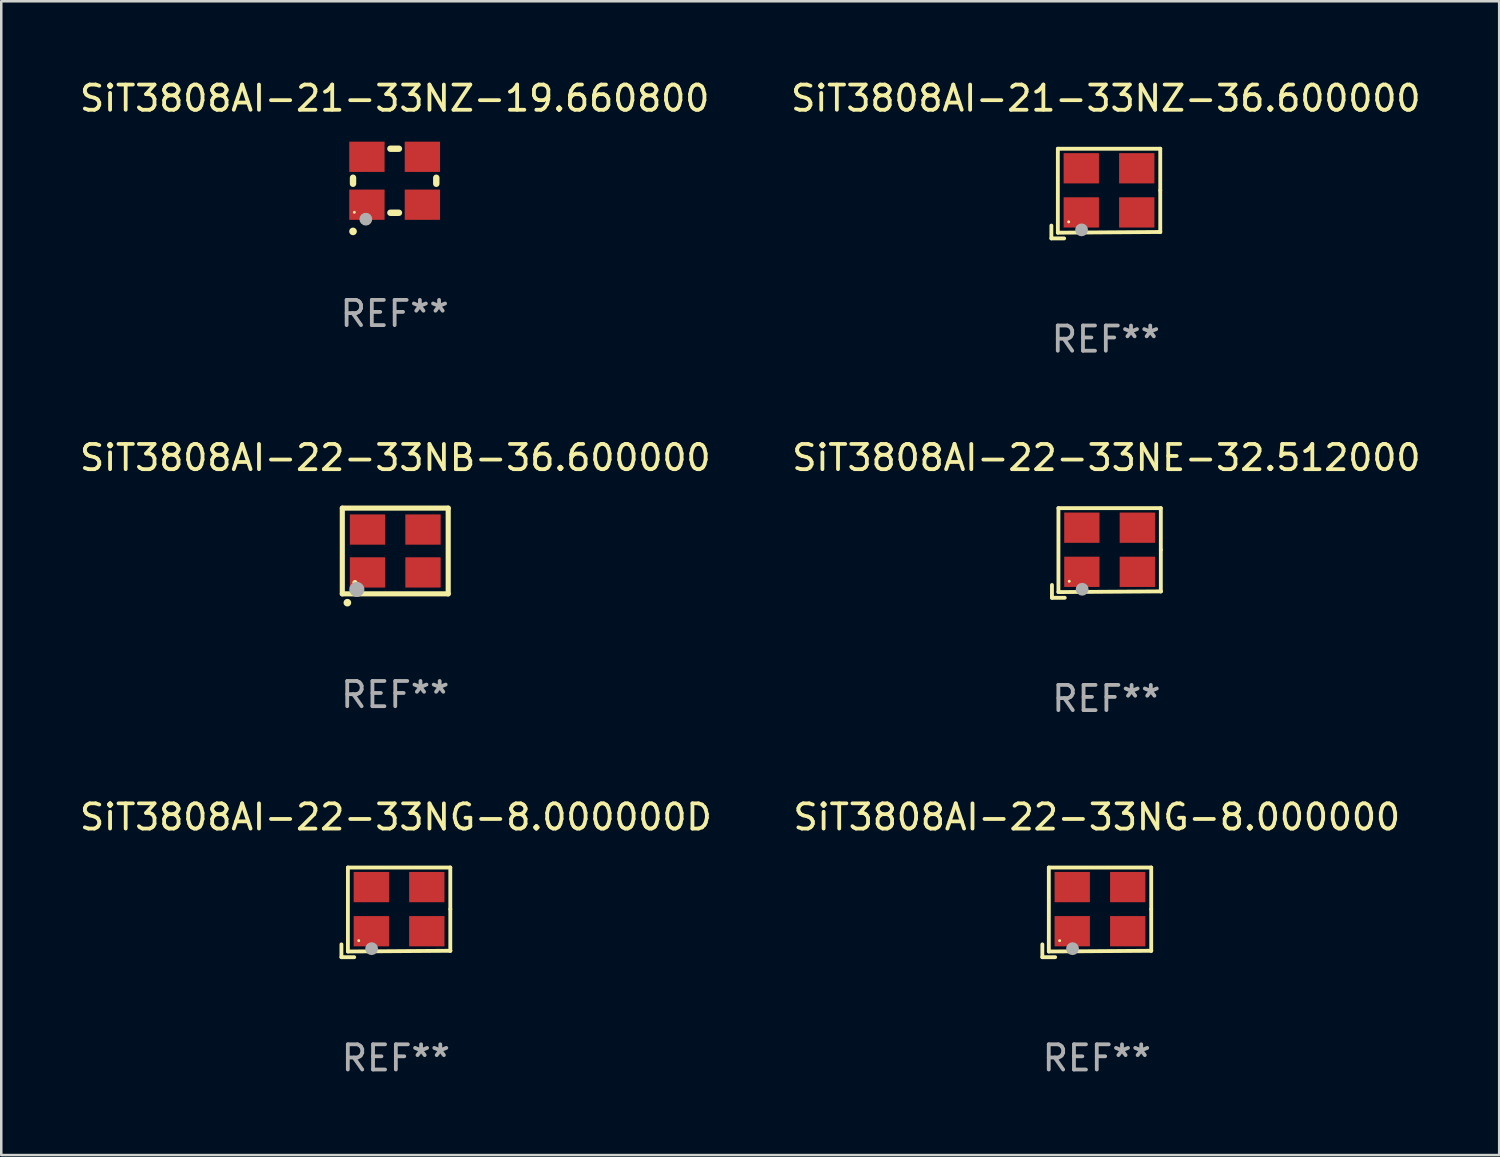
<source format=kicad_pcb>
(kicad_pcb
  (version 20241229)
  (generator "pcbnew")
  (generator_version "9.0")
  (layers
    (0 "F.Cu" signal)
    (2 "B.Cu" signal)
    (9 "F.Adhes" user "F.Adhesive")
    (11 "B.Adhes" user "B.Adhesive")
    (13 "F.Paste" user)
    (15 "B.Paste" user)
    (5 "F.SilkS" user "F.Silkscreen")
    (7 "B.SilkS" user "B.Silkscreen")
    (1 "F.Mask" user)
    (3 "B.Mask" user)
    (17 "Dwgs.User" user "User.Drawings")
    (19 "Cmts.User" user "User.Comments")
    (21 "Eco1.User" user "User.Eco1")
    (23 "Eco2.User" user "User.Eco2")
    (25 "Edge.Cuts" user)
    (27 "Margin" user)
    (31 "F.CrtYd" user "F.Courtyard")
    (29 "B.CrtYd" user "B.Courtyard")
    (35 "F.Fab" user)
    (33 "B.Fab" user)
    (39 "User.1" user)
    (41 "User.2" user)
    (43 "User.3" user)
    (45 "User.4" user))
  (footprint "SiT3808AI-22-33NG-8.000000D"
    (layer "F.Cu")
    (at 12.649 33.132)
    (property "Reference" "SiT3808AI-22-33NG-8.000000D" (at 0 -3.778 0) (layer "F.SilkS") (effects (font (size 1 1) (thickness 0.15))))
    (attr through_hole)
    (fp_line (start -2.159 1.27) (end -2.159 1.778) (stroke (width 0.152) (type solid)) (layer "F.SilkS"))
    (fp_line (start -2.159 1.778) (end -1.651 1.778) (stroke (width 0.152) (type solid)) (layer "F.SilkS"))
    (fp_line (start -1.902 -1.778) (end 2.159 -1.778) (stroke (width 0.152) (type solid)) (layer "F.SilkS"))
    (fp_line (start -1.902 1.552) (end -1.902 -1.778) (stroke (width 0.152) (type solid)) (layer "F.SilkS"))
    (fp_line (start 2.159 -1.778) (end 2.159 -0.127) (stroke (width 0.152) (type solid)) (layer "F.SilkS"))
    (fp_line (start 2.159 -0.127) (end 2.159 1.524) (stroke (width 0.152) (type solid)) (layer "F.SilkS"))
    (fp_line (start 2.159 1.524) (end -1.902 1.552) (stroke (width 0.152) (type solid)) (layer "F.SilkS"))
    (fp_line (start 2.159 1.524) (end 2.159 1.524) (stroke (width 0.152) (type solid)) (layer "F.SilkS"))
    (fp_circle (center -1.473 1.123) (end -1.443 1.123) (stroke (width 0.06) (type solid)) (fill no) (layer "F.SilkS"))
    (fp_circle (center -0.961 1.44) (end -0.834 1.44) (stroke (width 0.254) (type solid)) (fill no) (layer "F.Fab"))
    (fp_text user "REF**" (at 0 5.778 0) (layer "F.Fab") (effects (font (size 1 1) (thickness 0.15))))
    (pad "1" smd rect (at -0.973 0.748) (size 1.4 1.2) (layers "F.Cu" "F.Mask" "F.Paste"))
    (pad "2" smd rect (at 1.227 0.748) (size 1.4 1.2) (layers "F.Cu" "F.Mask" "F.Paste"))
    (pad "3" smd rect (at 1.227 -1.002) (size 1.4 1.2) (layers "F.Cu" "F.Mask" "F.Paste"))
    (pad "4" smd rect (at -0.973 -1.002) (size 1.4 1.2) (layers "F.Cu" "F.Mask" "F.Paste")))
  (footprint "SiT3808AI-21-33NZ-36.600000"
    (layer "F.Cu")
    (at 40.804 4.626)
    (property "Reference" "SiT3808AI-21-33NZ-36.600000" (at 0 -3.778 0) (layer "F.SilkS") (effects (font (size 1 1) (thickness 0.15))))
    (attr through_hole)
    (fp_line (start -2.159 1.27) (end -2.159 1.778) (stroke (width 0.152) (type solid)) (layer "F.SilkS"))
    (fp_line (start -2.159 1.778) (end -1.651 1.778) (stroke (width 0.152) (type solid)) (layer "F.SilkS"))
    (fp_line (start -1.902 -1.778) (end 2.159 -1.778) (stroke (width 0.152) (type solid)) (layer "F.SilkS"))
    (fp_line (start -1.902 1.552) (end -1.902 -1.778) (stroke (width 0.152) (type solid)) (layer "F.SilkS"))
    (fp_line (start 2.159 -1.778) (end 2.159 -0.127) (stroke (width 0.152) (type solid)) (layer "F.SilkS"))
    (fp_line (start 2.159 -0.127) (end 2.159 1.524) (stroke (width 0.152) (type solid)) (layer "F.SilkS"))
    (fp_line (start 2.159 1.524) (end -1.902 1.552) (stroke (width 0.152) (type solid)) (layer "F.SilkS"))
    (fp_line (start 2.159 1.524) (end 2.159 1.524) (stroke (width 0.152) (type solid)) (layer "F.SilkS"))
    (fp_circle (center -1.473 1.123) (end -1.443 1.123) (stroke (width 0.06) (type solid)) (fill no) (layer "F.SilkS"))
    (fp_circle (center -0.961 1.44) (end -0.834 1.44) (stroke (width 0.254) (type solid)) (fill no) (layer "F.Fab"))
    (fp_text user "REF**" (at 0 5.778 0) (layer "F.Fab") (effects (font (size 1 1) (thickness 0.15))))
    (pad "1" smd rect (at -0.973 0.748) (size 1.4 1.2) (layers "F.Cu" "F.Mask" "F.Paste"))
    (pad "2" smd rect (at 1.227 0.748) (size 1.4 1.2) (layers "F.Cu" "F.Mask" "F.Paste"))
    (pad "3" smd rect (at 1.227 -1.002) (size 1.4 1.2) (layers "F.Cu" "F.Mask" "F.Paste"))
    (pad "4" smd rect (at -0.973 -1.002) (size 1.4 1.2) (layers "F.Cu" "F.Mask" "F.Paste")))
  (footprint "SiT3808AI-22-33NE-32.512000"
    (layer "F.Cu")
    (at 40.827 18.879)
    (property "Reference" "SiT3808AI-22-33NE-32.512000" (at 0 -3.778 0) (layer "F.SilkS") (effects (font (size 1 1) (thickness 0.15))))
    (attr through_hole)
    (fp_line (start -2.159 1.27) (end -2.159 1.778) (stroke (width 0.152) (type solid)) (layer "F.SilkS"))
    (fp_line (start -2.159 1.778) (end -1.651 1.778) (stroke (width 0.152) (type solid)) (layer "F.SilkS"))
    (fp_line (start -1.902 -1.778) (end 2.159 -1.778) (stroke (width 0.152) (type solid)) (layer "F.SilkS"))
    (fp_line (start -1.902 1.552) (end -1.902 -1.778) (stroke (width 0.152) (type solid)) (layer "F.SilkS"))
    (fp_line (start 2.159 -1.778) (end 2.159 -0.127) (stroke (width 0.152) (type solid)) (layer "F.SilkS"))
    (fp_line (start 2.159 -0.127) (end 2.159 1.524) (stroke (width 0.152) (type solid)) (layer "F.SilkS"))
    (fp_line (start 2.159 1.524) (end -1.902 1.552) (stroke (width 0.152) (type solid)) (layer "F.SilkS"))
    (fp_line (start 2.159 1.524) (end 2.159 1.524) (stroke (width 0.152) (type solid)) (layer "F.SilkS"))
    (fp_circle (center -1.473 1.123) (end -1.443 1.123) (stroke (width 0.06) (type solid)) (fill no) (layer "F.SilkS"))
    (fp_circle (center -0.961 1.44) (end -0.834 1.44) (stroke (width 0.254) (type solid)) (fill no) (layer "F.Fab"))
    (fp_text user "REF**" (at 0 5.778 0) (layer "F.Fab") (effects (font (size 1 1) (thickness 0.15))))
    (pad "1" smd rect (at -0.973 0.748) (size 1.4 1.2) (layers "F.Cu" "F.Mask" "F.Paste"))
    (pad "2" smd rect (at 1.227 0.748) (size 1.4 1.2) (layers "F.Cu" "F.Mask" "F.Paste"))
    (pad "3" smd rect (at 1.227 -1.002) (size 1.4 1.2) (layers "F.Cu" "F.Mask" "F.Paste"))
    (pad "4" smd rect (at -0.973 -1.002) (size 1.4 1.2) (layers "F.Cu" "F.Mask" "F.Paste")))
  (footprint "SiT3808AI-21-33NZ-19.660800"
    (layer "F.Cu")
    (at 12.601 4.118)
    (property "Reference" "SiT3808AI-21-33NZ-19.660800" (at 0 -3.27 0) (layer "F.SilkS") (effects (font (size 1 1) (thickness 0.15))))
    (attr through_hole)
    (fp_line (start -1.651 -0.119) (end -1.651 0.119) (stroke (width 0.254) (type solid)) (layer "F.SilkS"))
    (fp_line (start -0.169 -1.27) (end 0.169 -1.27) (stroke (width 0.254) (type solid)) (layer "F.SilkS"))
    (fp_line (start -0.169 1.27) (end 0.169 1.27) (stroke (width 0.254) (type solid)) (layer "F.SilkS"))
    (fp_line (start 1.651 -0.119) (end 1.651 0.119) (stroke (width 0.254) (type solid)) (layer "F.SilkS"))
    (fp_arc (start -1.652273 2.008992) (mid -1.651003 2.008987) (end -1.649733 2.008992) (stroke (width 0.3) (type solid)) (layer "F.SilkS"))
    (fp_circle (center -1.6 1.25) (end -1.57 1.25) (stroke (width 0.06) (type solid)) (fill no) (layer "F.SilkS"))
    (fp_circle (center -1.143 1.524) (end -1.016 1.524) (stroke (width 0.254) (type solid)) (fill no) (layer "F.Fab"))
    (fp_text user "REF**" (at 0 5.27 0) (layer "F.Fab") (effects (font (size 1 1) (thickness 0.15))))
    (pad "1" smd rect (at -1.1 0.95) (size 1.4 1.2) (layers "F.Cu" "F.Mask" "F.Paste"))
    (pad "2" smd rect (at 1.1 0.95) (size 1.4 1.2) (layers "F.Cu" "F.Mask" "F.Paste"))
    (pad "3" smd rect (at 1.1 -0.95) (size 1.4 1.2) (layers "F.Cu" "F.Mask" "F.Paste"))
    (pad "4" smd rect (at -1.1 -0.95) (size 1.4 1.2) (layers "F.Cu" "F.Mask" "F.Paste")))
  (footprint "SiT3808AI-22-33NG-8.000000"
    (layer "F.Cu")
    (at 40.446 33.132)
    (property "Reference" "SiT3808AI-22-33NG-8.000000" (at 0 -3.778 0) (layer "F.SilkS") (effects (font (size 1 1) (thickness 0.15))))
    (attr through_hole)
    (fp_line (start -2.159 1.27) (end -2.159 1.778) (stroke (width 0.152) (type solid)) (layer "F.SilkS"))
    (fp_line (start -2.159 1.778) (end -1.651 1.778) (stroke (width 0.152) (type solid)) (layer "F.SilkS"))
    (fp_line (start -1.902 -1.778) (end 2.159 -1.778) (stroke (width 0.152) (type solid)) (layer "F.SilkS"))
    (fp_line (start -1.902 1.552) (end -1.902 -1.778) (stroke (width 0.152) (type solid)) (layer "F.SilkS"))
    (fp_line (start 2.159 -1.778) (end 2.159 -0.127) (stroke (width 0.152) (type solid)) (layer "F.SilkS"))
    (fp_line (start 2.159 -0.127) (end 2.159 1.524) (stroke (width 0.152) (type solid)) (layer "F.SilkS"))
    (fp_line (start 2.159 1.524) (end -1.902 1.552) (stroke (width 0.152) (type solid)) (layer "F.SilkS"))
    (fp_line (start 2.159 1.524) (end 2.159 1.524) (stroke (width 0.152) (type solid)) (layer "F.SilkS"))
    (fp_circle (center -1.473 1.123) (end -1.443 1.123) (stroke (width 0.06) (type solid)) (fill no) (layer "F.SilkS"))
    (fp_circle (center -0.961 1.44) (end -0.834 1.44) (stroke (width 0.254) (type solid)) (fill no) (layer "F.Fab"))
    (fp_text user "REF**" (at 0 5.778 0) (layer "F.Fab") (effects (font (size 1 1) (thickness 0.15))))
    (pad "1" smd rect (at -0.973 0.748) (size 1.4 1.2) (layers "F.Cu" "F.Mask" "F.Paste"))
    (pad "2" smd rect (at 1.227 0.748) (size 1.4 1.2) (layers "F.Cu" "F.Mask" "F.Paste"))
    (pad "3" smd rect (at 1.227 -1.002) (size 1.4 1.2) (layers "F.Cu" "F.Mask" "F.Paste"))
    (pad "4" smd rect (at -0.973 -1.002) (size 1.4 1.2) (layers "F.Cu" "F.Mask" "F.Paste")))
  (footprint "SiT3808AI-22-33NB-36.600000"
    (layer "F.Cu")
    (at 12.625 18.801)
    (property "Reference" "SiT3808AI-22-33NB-36.600000" (at 0 -3.7 0) (layer "F.SilkS") (effects (font (size 1 1) (thickness 0.15))))
    (attr through_hole)
    (fp_line (start -2.1 -1.7) (end -2.1 1.7) (stroke (width 0.203) (type solid)) (layer "F.SilkS"))
    (fp_line (start -2.1 1.7) (end 2.1 1.7) (stroke (width 0.203) (type solid)) (layer "F.SilkS"))
    (fp_line (start 2.1 -1.7) (end -2.1 -1.7) (stroke (width 0.203) (type solid)) (layer "F.SilkS"))
    (fp_line (start 2.1 1.7) (end 2.1 -1.7) (stroke (width 0.203) (type solid)) (layer "F.SilkS"))
    (fp_arc (start -1.899924 2.049784) (mid -1.898654 2.049779) (end -1.897384 2.049784) (stroke (width 0.3) (type solid)) (layer "F.SilkS"))
    (fp_circle (center -1.6 1.25) (end -1.55 1.25) (stroke (width 0.1) (type solid)) (fill no) (layer "F.SilkS"))
    (fp_circle (center -1.524 1.524) (end -1.374 1.524) (stroke (width 0.3) (type solid)) (fill no) (layer "F.Fab"))
    (fp_text user "REF**" (at 0 5.7 0) (layer "F.Fab") (effects (font (size 1 1) (thickness 0.15))))
    (pad "1" smd rect (at -1.1 0.85) (size 1.4 1.2) (layers "F.Cu" "F.Mask" "F.Paste"))
    (pad "2" smd rect (at 1.1 0.85) (size 1.4 1.2) (layers "F.Cu" "F.Mask" "F.Paste"))
    (pad "3" smd rect (at 1.1 -0.85) (size 1.4 1.2) (layers "F.Cu" "F.Mask" "F.Paste"))
    (pad "4" smd rect (at -1.1 -0.85) (size 1.4 1.2) (layers "F.Cu" "F.Mask" "F.Paste")))
  (gr_rect
    (start -3 -3)
    (end 56.405 42.758)
    (stroke (width 0.1) (type default))
    (fill no)
    (layer "Edge.Cuts")))
</source>
